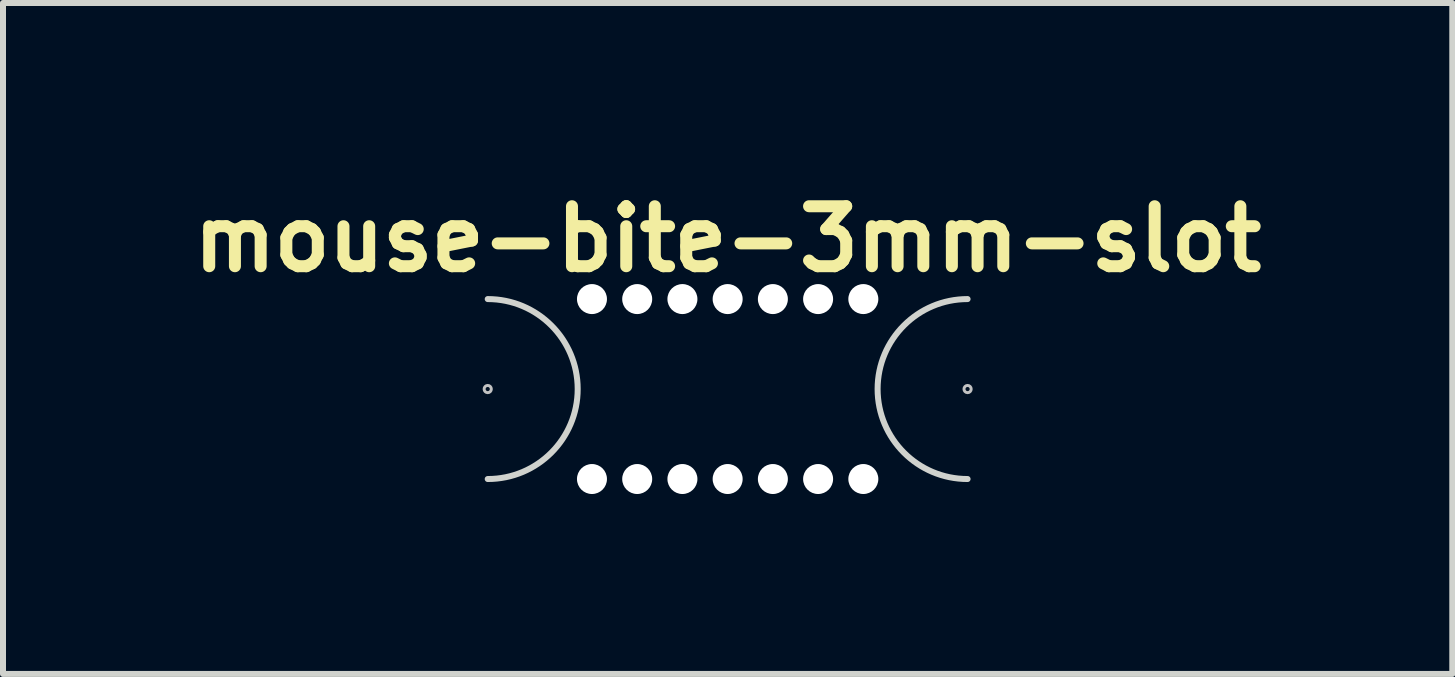
<source format=kicad_pcb>
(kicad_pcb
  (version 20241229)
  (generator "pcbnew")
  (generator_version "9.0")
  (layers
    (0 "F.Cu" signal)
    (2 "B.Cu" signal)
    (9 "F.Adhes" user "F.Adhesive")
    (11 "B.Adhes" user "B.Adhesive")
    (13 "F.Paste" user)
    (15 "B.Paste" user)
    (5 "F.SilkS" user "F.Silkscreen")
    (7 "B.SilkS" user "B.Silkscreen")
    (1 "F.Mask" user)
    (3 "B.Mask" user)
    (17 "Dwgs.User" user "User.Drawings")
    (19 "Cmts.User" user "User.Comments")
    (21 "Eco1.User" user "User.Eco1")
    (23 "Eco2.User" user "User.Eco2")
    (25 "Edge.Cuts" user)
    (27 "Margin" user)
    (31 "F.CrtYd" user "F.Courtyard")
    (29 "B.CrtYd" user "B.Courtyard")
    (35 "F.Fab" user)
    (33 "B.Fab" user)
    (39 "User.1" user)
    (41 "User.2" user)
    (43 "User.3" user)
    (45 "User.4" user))
  (footprint "mouse-bite-3mm-slot"
    (layer "F.Cu")
    (at 9.081 3.436)
    (property "Reference" "mouse-bite-3mm-slot" (at 0 -2.5 0) (layer "F.SilkS") (effects (font (size 1 1) (thickness 0.2))))
    (attr through_hole)
    (fp_circle (center -4 0) (end -3.94 0) (stroke (width 0.05) (type solid)) (fill no) (layer "Dwgs.User"))
    (fp_circle (center 4 0) (end 4.06 0) (stroke (width 0.05) (type solid)) (fill no) (layer "Dwgs.User"))
    (fp_line (start -4 0) (end -4 0) (stroke (width 3) (type solid)) (layer "Eco1.User"))
    (fp_line (start 4 0) (end 4 0) (stroke (width 3) (type solid)) (layer "Eco1.User"))
    (fp_arc (start -4 -1.5) (mid -2.5 0) (end -4 1.5) (stroke (width 0.1) (type solid)) (layer "Edge.Cuts"))
    (fp_arc (start 4 1.5) (mid 2.5 0) (end 4 -1.5) (stroke (width 0.1) (type solid)) (layer "Edge.Cuts"))
    (pad "" np_thru_hole circle (at -2.262 -1.5) (size 0.5 0.5) (drill 0.5) (layers "*.Cu" "*.Mask"))
    (pad "" np_thru_hole circle (at -2.262 1.5) (size 0.5 0.5) (drill 0.5) (layers "*.Cu" "*.Mask"))
    (pad "" np_thru_hole circle (at -1.508 -1.5) (size 0.5 0.5) (drill 0.5) (layers "*.Cu" "*.Mask"))
    (pad "" np_thru_hole circle (at -1.508 1.5) (size 0.5 0.5) (drill 0.5) (layers "*.Cu" "*.Mask"))
    (pad "" np_thru_hole circle (at -0.754 -1.5) (size 0.5 0.5) (drill 0.5) (layers "*.Cu" "*.Mask"))
    (pad "" np_thru_hole circle (at -0.754 1.5) (size 0.5 0.5) (drill 0.5) (layers "*.Cu" "*.Mask"))
    (pad "" np_thru_hole circle (at 0 -1.5) (size 0.5 0.5) (drill 0.5) (layers "*.Cu" "*.Mask"))
    (pad "" np_thru_hole circle (at 0 1.5) (size 0.5 0.5) (drill 0.5) (layers "*.Cu" "*.Mask"))
    (pad "" np_thru_hole circle (at 0.754 -1.5) (size 0.5 0.5) (drill 0.5) (layers "*.Cu" "*.Mask"))
    (pad "" np_thru_hole circle (at 0.754 1.5) (size 0.5 0.5) (drill 0.5) (layers "*.Cu" "*.Mask"))
    (pad "" np_thru_hole circle (at 1.508 -1.5) (size 0.5 0.5) (drill 0.5) (layers "*.Cu" "*.Mask"))
    (pad "" np_thru_hole circle (at 1.508 1.5) (size 0.5 0.5) (drill 0.5) (layers "*.Cu" "*.Mask"))
    (pad "" np_thru_hole circle (at 2.262 -1.5) (size 0.5 0.5) (drill 0.5) (layers "*.Cu" "*.Mask"))
    (pad "" np_thru_hole circle (at 2.262 1.5) (size 0.5 0.5) (drill 0.5) (layers "*.Cu" "*.Mask")))
  (gr_rect
    (start -3 -3)
    (end 21.162 8.186)
    (stroke (width 0.1) (type default))
    (fill no)
    (layer "Edge.Cuts")))
</source>
